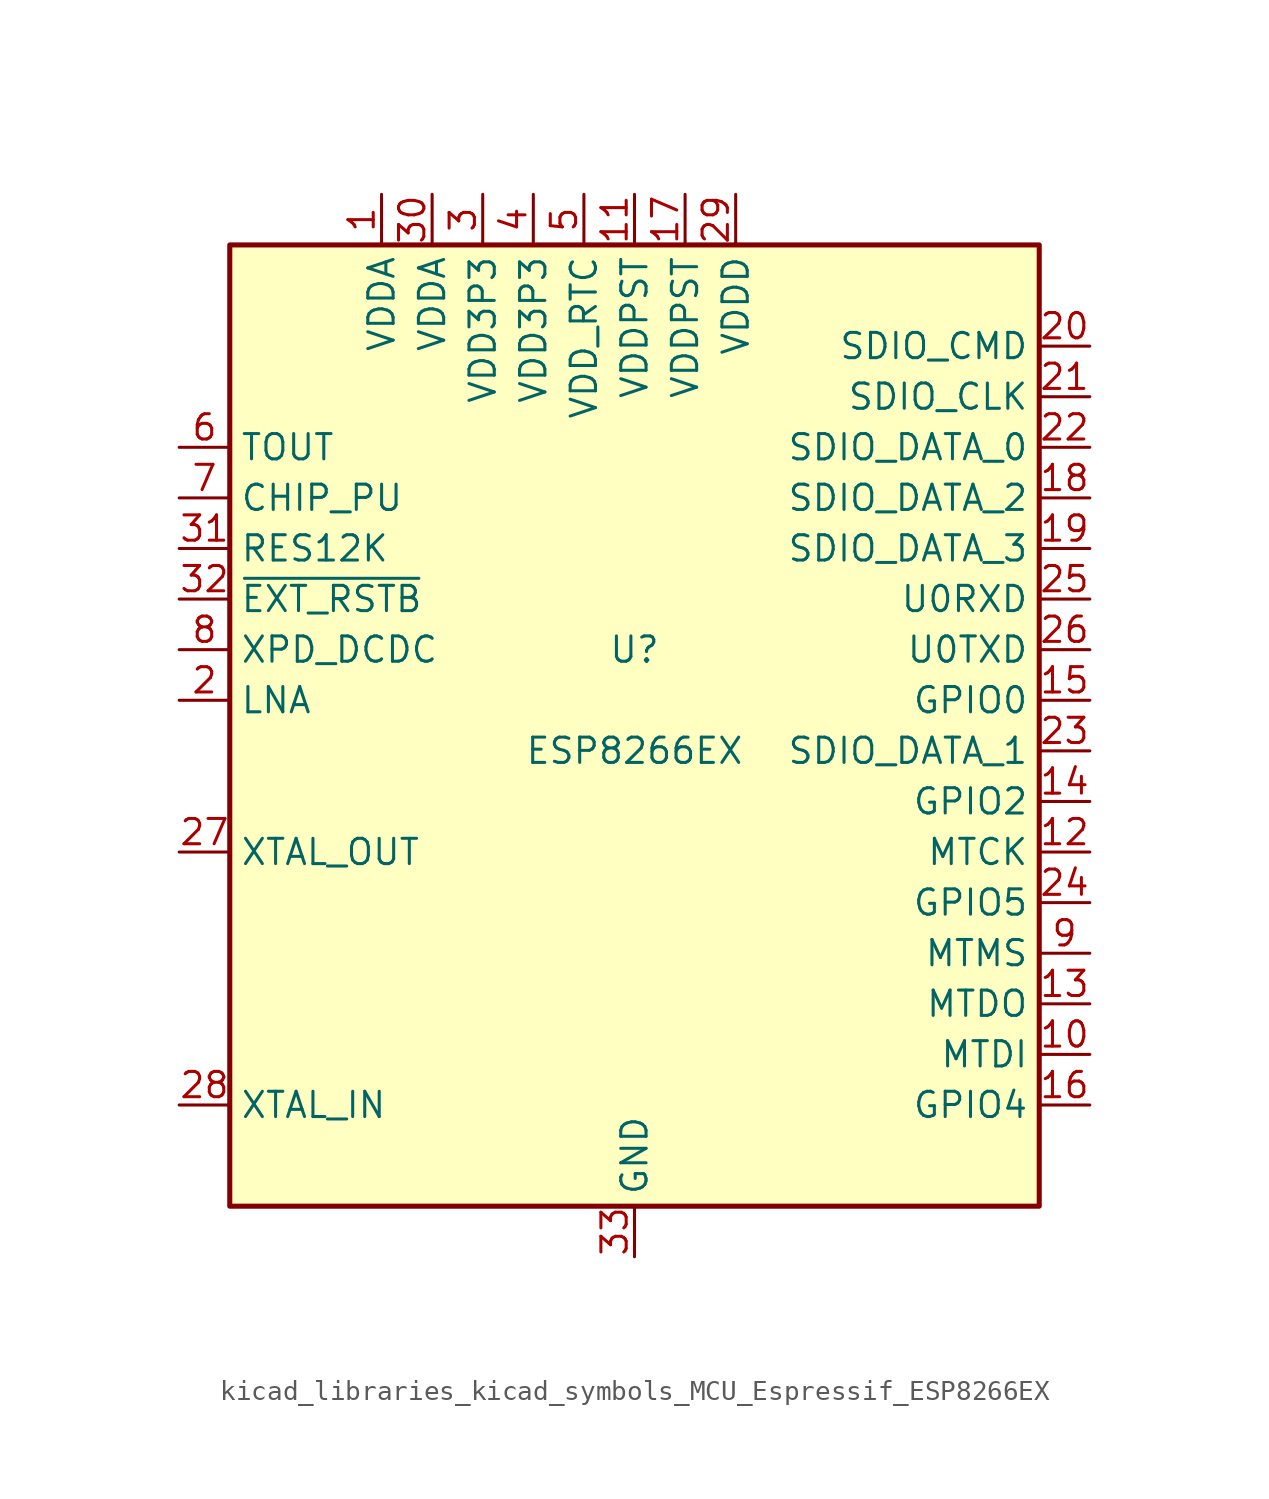
<source format=kicad_sym>
(kicad_symbol_lib
  (version 20220914)
  (generator kicad_symbol_editor)
  (symbol "kicad_libraries_kicad_symbols_MCU_Espressif_ESP8266EX"
    (property "Reference" "U"
      (at 0 2.54 0)
      (effects (font (size 1.27 1.27))))
    (property "Value" "ESP8266EX"
      (at 0 -2.54 0)
      (effects (font (size 1.27 1.27))))
    (symbol "kicad_libraries_kicad_symbols_MCU_Espressif_ESP8266EX_0_1"
      (rectangle (start -20.32 22.86) (end 20.32 -25.4) (stroke (width 0.254) (type default)) (fill (type background))))
    (symbol "kicad_libraries_kicad_symbols_MCU_Espressif_ESP8266EX_1_1"
      (pin power_in line (at -12.7 25.4 270) (length 2.54) (name "VDDA" (effects (font (size 1.27 1.27)))) (number "1" (effects (font (size 1.27 1.27)))))
      (pin bidirectional line (at 22.86 -17.78 180) (length 2.54) (name "MTDI" (effects (font (size 1.27 1.27)))) (number "10" (effects (font (size 1.27 1.27)))))
      (pin power_in line (at 0 25.4 270) (length 2.54) (name "VDDPST" (effects (font (size 1.27 1.27)))) (number "11" (effects (font (size 1.27 1.27)))))
      (pin bidirectional line (at 22.86 -7.62 180) (length 2.54) (name "MTCK" (effects (font (size 1.27 1.27)))) (number "12" (effects (font (size 1.27 1.27)))))
      (pin bidirectional line (at 22.86 -15.24 180) (length 2.54) (name "MTDO" (effects (font (size 1.27 1.27)))) (number "13" (effects (font (size 1.27 1.27)))))
      (pin bidirectional line (at 22.86 -5.08 180) (length 2.54) (name "GPIO2" (effects (font (size 1.27 1.27)))) (number "14" (effects (font (size 1.27 1.27)))))
      (pin bidirectional line (at 22.86 0 180) (length 2.54) (name "GPIO0" (effects (font (size 1.27 1.27)))) (number "15" (effects (font (size 1.27 1.27)))))
      (pin bidirectional line (at 22.86 -20.32 180) (length 2.54) (name "GPIO4" (effects (font (size 1.27 1.27)))) (number "16" (effects (font (size 1.27 1.27)))))
      (pin power_in line (at 2.54 25.4 270) (length 2.54) (name "VDDPST" (effects (font (size 1.27 1.27)))) (number "17" (effects (font (size 1.27 1.27)))))
      (pin bidirectional line (at 22.86 10.16 180) (length 2.54) (name "SDIO_DATA_2" (effects (font (size 1.27 1.27)))) (number "18" (effects (font (size 1.27 1.27)))))
      (pin bidirectional line (at 22.86 7.62 180) (length 2.54) (name "SDIO_DATA_3" (effects (font (size 1.27 1.27)))) (number "19" (effects (font (size 1.27 1.27)))))
      (pin bidirectional line (at -22.86 0 0) (length 2.54) (name "LNA" (effects (font (size 1.27 1.27)))) (number "2" (effects (font (size 1.27 1.27)))))
      (pin bidirectional line (at 22.86 17.78 180) (length 2.54) (name "SDIO_CMD" (effects (font (size 1.27 1.27)))) (number "20" (effects (font (size 1.27 1.27)))))
      (pin bidirectional line (at 22.86 15.24 180) (length 2.54) (name "SDIO_CLK" (effects (font (size 1.27 1.27)))) (number "21" (effects (font (size 1.27 1.27)))))
      (pin bidirectional line (at 22.86 12.7 180) (length 2.54) (name "SDIO_DATA_0" (effects (font (size 1.27 1.27)))) (number "22" (effects (font (size 1.27 1.27)))))
      (pin bidirectional line (at 22.86 -2.54 180) (length 2.54) (name "SDIO_DATA_1" (effects (font (size 1.27 1.27)))) (number "23" (effects (font (size 1.27 1.27)))))
      (pin bidirectional line (at 22.86 -10.16 180) (length 2.54) (name "GPIO5" (effects (font (size 1.27 1.27)))) (number "24" (effects (font (size 1.27 1.27)))))
      (pin bidirectional line (at 22.86 5.08 180) (length 2.54) (name "U0RXD" (effects (font (size 1.27 1.27)))) (number "25" (effects (font (size 1.27 1.27)))))
      (pin bidirectional line (at 22.86 2.54 180) (length 2.54) (name "U0TXD" (effects (font (size 1.27 1.27)))) (number "26" (effects (font (size 1.27 1.27)))))
      (pin bidirectional line (at -22.86 -7.62 0) (length 2.54) (name "XTAL_OUT" (effects (font (size 1.27 1.27)))) (number "27" (effects (font (size 1.27 1.27)))))
      (pin bidirectional line (at -22.86 -20.32 0) (length 2.54) (name "XTAL_IN" (effects (font (size 1.27 1.27)))) (number "28" (effects (font (size 1.27 1.27)))))
      (pin power_in line (at 5.08 25.4 270) (length 2.54) (name "VDDD" (effects (font (size 1.27 1.27)))) (number "29" (effects (font (size 1.27 1.27)))))
      (pin power_in line (at -7.62 25.4 270) (length 2.54) (name "VDD3P3" (effects (font (size 1.27 1.27)))) (number "3" (effects (font (size 1.27 1.27)))))
      (pin power_in line (at -10.16 25.4 270) (length 2.54) (name "VDDA" (effects (font (size 1.27 1.27)))) (number "30" (effects (font (size 1.27 1.27)))))
      (pin input line (at -22.86 7.62 0) (length 2.54) (name "RES12K" (effects (font (size 1.27 1.27)))) (number "31" (effects (font (size 1.27 1.27)))))
      (pin input line (at -22.86 5.08 0) (length 2.54) (name "~{EXT_RSTB}" (effects (font (size 1.27 1.27)))) (number "32" (effects (font (size 1.27 1.27)))))
      (pin power_in line (at 0 -27.94 90) (length 2.54) (name "GND" (effects (font (size 1.27 1.27)))) (number "33" (effects (font (size 1.27 1.27)))))
      (pin power_in line (at -5.08 25.4 270) (length 2.54) (name "VDD3P3" (effects (font (size 1.27 1.27)))) (number "4" (effects (font (size 1.27 1.27)))))
      (pin power_in line (at -2.54 25.4 270) (length 2.54) (name "VDD_RTC" (effects (font (size 1.27 1.27)))) (number "5" (effects (font (size 1.27 1.27)))))
      (pin input line (at -22.86 12.7 0) (length 2.54) (name "TOUT" (effects (font (size 1.27 1.27)))) (number "6" (effects (font (size 1.27 1.27)))))
      (pin input line (at -22.86 10.16 0) (length 2.54) (name "CHIP_PU" (effects (font (size 1.27 1.27)))) (number "7" (effects (font (size 1.27 1.27)))))
      (pin bidirectional line (at -22.86 2.54 0) (length 2.54) (name "XPD_DCDC" (effects (font (size 1.27 1.27)))) (number "8" (effects (font (size 1.27 1.27)))))
      (pin bidirectional line (at 22.86 -12.7 180) (length 2.54) (name "MTMS" (effects (font (size 1.27 1.27)))) (number "9" (effects (font (size 1.27 1.27))))))))
</source>
